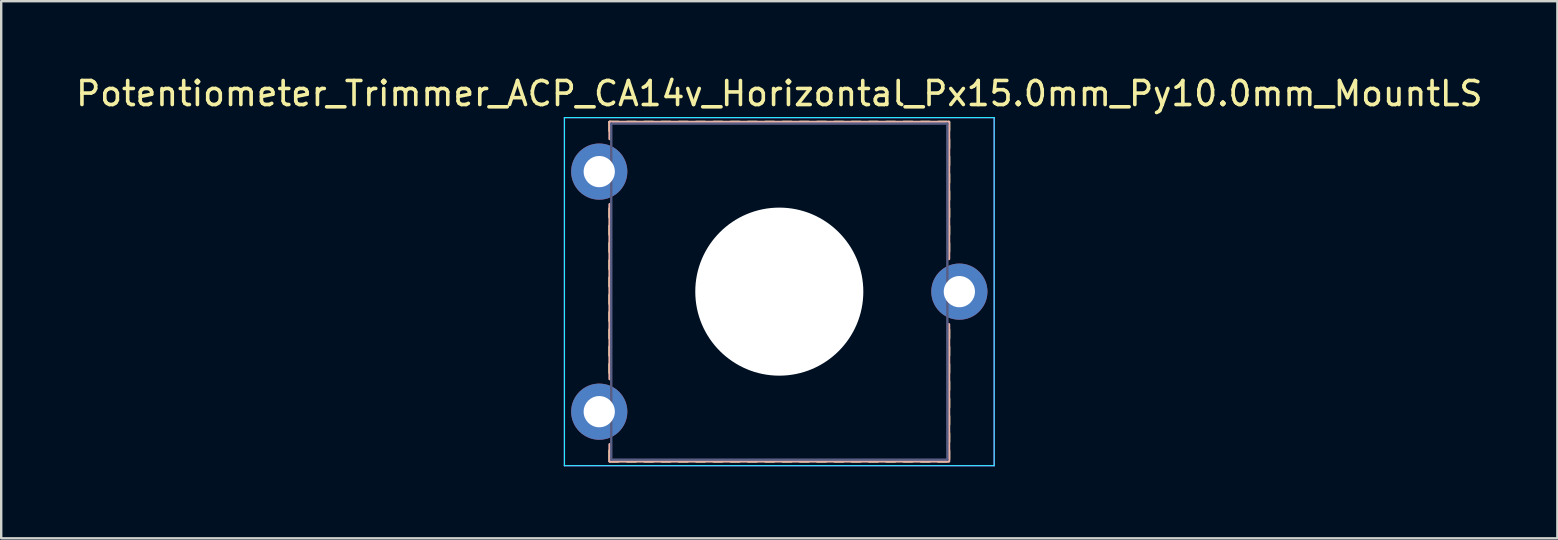
<source format=kicad_pcb>
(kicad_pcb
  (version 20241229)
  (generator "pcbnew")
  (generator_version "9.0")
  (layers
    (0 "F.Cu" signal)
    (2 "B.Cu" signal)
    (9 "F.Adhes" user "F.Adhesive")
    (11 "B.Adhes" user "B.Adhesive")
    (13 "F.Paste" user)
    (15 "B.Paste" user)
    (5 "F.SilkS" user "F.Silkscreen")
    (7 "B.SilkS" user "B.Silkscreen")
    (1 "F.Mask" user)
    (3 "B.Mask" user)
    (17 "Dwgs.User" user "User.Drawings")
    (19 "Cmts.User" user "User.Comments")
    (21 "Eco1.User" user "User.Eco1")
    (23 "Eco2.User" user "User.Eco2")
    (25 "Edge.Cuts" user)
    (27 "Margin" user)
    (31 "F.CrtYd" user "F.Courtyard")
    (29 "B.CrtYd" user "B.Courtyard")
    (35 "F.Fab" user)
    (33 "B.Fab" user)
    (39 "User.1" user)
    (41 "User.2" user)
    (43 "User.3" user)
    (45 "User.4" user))
  (footprint "Potentiometer_Trimmer_ACP_CA14v_Horizontal_Px15.0mm_Py10.0mm_MountLS"
    (layer "F.Cu")
    (at 21.911 14.098)
    (property "Reference" "Potentiometer_Trimmer_ACP_CA14v_Horizontal_Px15.0mm_Py10.0mm_MountLS" (at 7.5 -13.25 0) (layer "F.SilkS") (effects (font (size 1 1) (thickness 0.15))))
    (attr through_hole)
    (fp_line (start 0.44 -12.06) (end 0.44 -11.701) (stroke (width 0.12) (type solid)) (layer "F.SilkS"))
    (fp_line (start 0.44 -12.06) (end 0.8 -12.06) (stroke (width 0.12) (type solid)) (layer "F.SilkS"))
    (fp_line (start 0.44 -8.46) (end 0.44 -8.1) (stroke (width 0.12) (type solid)) (layer "F.SilkS"))
    (fp_line (start 0.44 -7.74) (end 0.44 -7.38) (stroke (width 0.12) (type solid)) (layer "F.SilkS"))
    (fp_line (start 0.44 -7.02) (end 0.44 -6.66) (stroke (width 0.12) (type solid)) (layer "F.SilkS"))
    (fp_line (start 0.44 -6.3) (end 0.44 -5.94) (stroke (width 0.12) (type solid)) (layer "F.SilkS"))
    (fp_line (start 0.44 -5.58) (end 0.44 -5.22) (stroke (width 0.12) (type solid)) (layer "F.SilkS"))
    (fp_line (start 0.44 -4.86) (end 0.44 -4.5) (stroke (width 0.12) (type solid)) (layer "F.SilkS"))
    (fp_line (start 0.44 -4.14) (end 0.44 -3.78) (stroke (width 0.12) (type solid)) (layer "F.SilkS"))
    (fp_line (start 0.44 -3.42) (end 0.44 -3.06) (stroke (width 0.12) (type solid)) (layer "F.SilkS"))
    (fp_line (start 0.44 -2.7) (end 0.44 -2.34) (stroke (width 0.12) (type solid)) (layer "F.SilkS"))
    (fp_line (start 0.44 -1.98) (end 0.44 -1.62) (stroke (width 0.12) (type solid)) (layer "F.SilkS"))
    (fp_line (start 0.44 1.62) (end 0.44 1.98) (stroke (width 0.12) (type solid)) (layer "F.SilkS"))
    (fp_line (start 0.44 2.06) (end 0.8 2.06) (stroke (width 0.12) (type solid)) (layer "F.SilkS"))
    (fp_line (start 1.16 -12.06) (end 1.52 -12.06) (stroke (width 0.12) (type solid)) (layer "F.SilkS"))
    (fp_line (start 1.16 2.06) (end 1.52 2.06) (stroke (width 0.12) (type solid)) (layer "F.SilkS"))
    (fp_line (start 1.88 -12.06) (end 2.24 -12.06) (stroke (width 0.12) (type solid)) (layer "F.SilkS"))
    (fp_line (start 1.88 2.06) (end 2.24 2.06) (stroke (width 0.12) (type solid)) (layer "F.SilkS"))
    (fp_line (start 2.6 -12.06) (end 2.96 -12.06) (stroke (width 0.12) (type solid)) (layer "F.SilkS"))
    (fp_line (start 2.6 2.06) (end 2.96 2.06) (stroke (width 0.12) (type solid)) (layer "F.SilkS"))
    (fp_line (start 3.32 -12.06) (end 3.68 -12.06) (stroke (width 0.12) (type solid)) (layer "F.SilkS"))
    (fp_line (start 3.32 2.06) (end 3.68 2.06) (stroke (width 0.12) (type solid)) (layer "F.SilkS"))
    (fp_line (start 4.04 -12.06) (end 4.4 -12.06) (stroke (width 0.12) (type solid)) (layer "F.SilkS"))
    (fp_line (start 4.04 2.06) (end 4.4 2.06) (stroke (width 0.12) (type solid)) (layer "F.SilkS"))
    (fp_line (start 4.76 -12.06) (end 5.12 -12.06) (stroke (width 0.12) (type solid)) (layer "F.SilkS"))
    (fp_line (start 4.76 2.06) (end 5.12 2.06) (stroke (width 0.12) (type solid)) (layer "F.SilkS"))
    (fp_line (start 5.48 -12.06) (end 5.84 -12.06) (stroke (width 0.12) (type solid)) (layer "F.SilkS"))
    (fp_line (start 5.48 2.06) (end 5.84 2.06) (stroke (width 0.12) (type solid)) (layer "F.SilkS"))
    (fp_line (start 6.2 -12.06) (end 6.56 -12.06) (stroke (width 0.12) (type solid)) (layer "F.SilkS"))
    (fp_line (start 6.2 2.06) (end 6.56 2.06) (stroke (width 0.12) (type solid)) (layer "F.SilkS"))
    (fp_line (start 6.92 -12.06) (end 7.28 -12.06) (stroke (width 0.12) (type solid)) (layer "F.SilkS"))
    (fp_line (start 6.92 2.06) (end 7.28 2.06) (stroke (width 0.12) (type solid)) (layer "F.SilkS"))
    (fp_line (start 7.64 -12.06) (end 8 -12.06) (stroke (width 0.12) (type solid)) (layer "F.SilkS"))
    (fp_line (start 7.64 2.06) (end 8 2.06) (stroke (width 0.12) (type solid)) (layer "F.SilkS"))
    (fp_line (start 8.36 -12.06) (end 8.72 -12.06) (stroke (width 0.12) (type solid)) (layer "F.SilkS"))
    (fp_line (start 8.36 2.06) (end 8.72 2.06) (stroke (width 0.12) (type solid)) (layer "F.SilkS"))
    (fp_line (start 9.08 -12.06) (end 9.44 -12.06) (stroke (width 0.12) (type solid)) (layer "F.SilkS"))
    (fp_line (start 9.08 2.06) (end 9.44 2.06) (stroke (width 0.12) (type solid)) (layer "F.SilkS"))
    (fp_line (start 9.8 -12.06) (end 10.16 -12.06) (stroke (width 0.12) (type solid)) (layer "F.SilkS"))
    (fp_line (start 9.8 2.06) (end 10.16 2.06) (stroke (width 0.12) (type solid)) (layer "F.SilkS"))
    (fp_line (start 10.52 -12.06) (end 10.88 -12.06) (stroke (width 0.12) (type solid)) (layer "F.SilkS"))
    (fp_line (start 10.52 2.06) (end 10.88 2.06) (stroke (width 0.12) (type solid)) (layer "F.SilkS"))
    (fp_line (start 11.24 -12.06) (end 11.6 -12.06) (stroke (width 0.12) (type solid)) (layer "F.SilkS"))
    (fp_line (start 11.24 2.06) (end 11.6 2.06) (stroke (width 0.12) (type solid)) (layer "F.SilkS"))
    (fp_line (start 11.96 -12.06) (end 12.32 -12.06) (stroke (width 0.12) (type solid)) (layer "F.SilkS"))
    (fp_line (start 11.96 2.06) (end 12.32 2.06) (stroke (width 0.12) (type solid)) (layer "F.SilkS"))
    (fp_line (start 12.681 -12.06) (end 13.04 -12.06) (stroke (width 0.12) (type solid)) (layer "F.SilkS"))
    (fp_line (start 12.681 2.06) (end 13.04 2.06) (stroke (width 0.12) (type solid)) (layer "F.SilkS"))
    (fp_line (start 13.401 -12.06) (end 13.761 -12.06) (stroke (width 0.12) (type solid)) (layer "F.SilkS"))
    (fp_line (start 13.401 2.06) (end 13.761 2.06) (stroke (width 0.12) (type solid)) (layer "F.SilkS"))
    (fp_line (start 14.121 -12.06) (end 14.481 -12.06) (stroke (width 0.12) (type solid)) (layer "F.SilkS"))
    (fp_line (start 14.121 2.06) (end 14.481 2.06) (stroke (width 0.12) (type solid)) (layer "F.SilkS"))
    (fp_line (start 14.56 -12.06) (end 14.56 -11.701) (stroke (width 0.12) (type solid)) (layer "F.SilkS"))
    (fp_line (start 14.56 -11.34) (end 14.56 -10.981) (stroke (width 0.12) (type solid)) (layer "F.SilkS"))
    (fp_line (start 14.56 -10.621) (end 14.56 -10.261) (stroke (width 0.12) (type solid)) (layer "F.SilkS"))
    (fp_line (start 14.56 -9.9) (end 14.56 -9.54) (stroke (width 0.12) (type solid)) (layer "F.SilkS"))
    (fp_line (start 14.56 -9.18) (end 14.56 -8.82) (stroke (width 0.12) (type solid)) (layer "F.SilkS"))
    (fp_line (start 14.56 -8.46) (end 14.56 -8.1) (stroke (width 0.12) (type solid)) (layer "F.SilkS"))
    (fp_line (start 14.56 -7.74) (end 14.56 -7.38) (stroke (width 0.12) (type solid)) (layer "F.SilkS"))
    (fp_line (start 14.56 -7.02) (end 14.56 -6.66) (stroke (width 0.12) (type solid)) (layer "F.SilkS"))
    (fp_line (start 14.56 -3.42) (end 14.56 -3.06) (stroke (width 0.12) (type solid)) (layer "F.SilkS"))
    (fp_line (start 14.56 -2.7) (end 14.56 -2.34) (stroke (width 0.12) (type solid)) (layer "F.SilkS"))
    (fp_line (start 14.56 -1.98) (end 14.56 -1.62) (stroke (width 0.12) (type solid)) (layer "F.SilkS"))
    (fp_line (start 14.56 -1.26) (end 14.56 -0.9) (stroke (width 0.12) (type solid)) (layer "F.SilkS"))
    (fp_line (start 14.56 -0.54) (end 14.56 -0.18) (stroke (width 0.12) (type solid)) (layer "F.SilkS"))
    (fp_line (start 14.56 0.18) (end 14.56 0.54) (stroke (width 0.12) (type solid)) (layer "F.SilkS"))
    (fp_line (start 14.56 0.9) (end 14.56 1.26) (stroke (width 0.12) (type solid)) (layer "F.SilkS"))
    (fp_line (start 14.56 1.62) (end 14.56 1.98) (stroke (width 0.12) (type solid)) (layer "F.SilkS"))
    (fp_line (start 0.44 -12.06) (end 0.44 -11.365) (stroke (width 0.12) (type solid)) (layer "B.SilkS"))
    (fp_line (start 0.44 -12.06) (end 14.56 -12.06) (stroke (width 0.12) (type solid)) (layer "B.SilkS"))
    (fp_line (start 0.44 -8.635) (end 0.44 -1.365) (stroke (width 0.12) (type solid)) (layer "B.SilkS"))
    (fp_line (start 0.44 1.365) (end 0.44 2.06) (stroke (width 0.12) (type solid)) (layer "B.SilkS"))
    (fp_line (start 0.44 2.06) (end 14.56 2.06) (stroke (width 0.12) (type solid)) (layer "B.SilkS"))
    (fp_line (start 14.56 -12.06) (end 14.56 -6.365) (stroke (width 0.12) (type solid)) (layer "B.SilkS"))
    (fp_line (start 14.56 -3.635) (end 14.56 2.06) (stroke (width 0.12) (type solid)) (layer "B.SilkS"))
    (fp_line (start -1.45 -12.25) (end -1.45 2.25) (stroke (width 0.05) (type solid)) (layer "B.CrtYd"))
    (fp_line (start -1.45 2.25) (end 16.45 2.25) (stroke (width 0.05) (type solid)) (layer "B.CrtYd"))
    (fp_line (start 16.45 -12.25) (end -1.45 -12.25) (stroke (width 0.05) (type solid)) (layer "B.CrtYd"))
    (fp_line (start 16.45 2.25) (end 16.45 -12.25) (stroke (width 0.05) (type solid)) (layer "B.CrtYd"))
    (fp_line (start -1.45 -12.25) (end -1.45 2.25) (stroke (width 0.05) (type solid)) (layer "F.CrtYd"))
    (fp_line (start -1.45 2.25) (end 16.45 2.25) (stroke (width 0.05) (type solid)) (layer "F.CrtYd"))
    (fp_line (start 16.45 -12.25) (end -1.45 -12.25) (stroke (width 0.05) (type solid)) (layer "F.CrtYd"))
    (fp_line (start 16.45 2.25) (end 16.45 -12.25) (stroke (width 0.05) (type solid)) (layer "F.CrtYd"))
    (fp_line (start 0.5 -12) (end 0.5 2) (stroke (width 0.1) (type solid)) (layer "B.Fab"))
    (fp_line (start 0.5 2) (end 14.5 2) (stroke (width 0.1) (type solid)) (layer "B.Fab"))
    (fp_line (start 14.5 -12) (end 0.5 -12) (stroke (width 0.1) (type solid)) (layer "B.Fab"))
    (fp_line (start 14.5 2) (end 14.5 -12) (stroke (width 0.1) (type solid)) (layer "B.Fab"))
    (fp_circle (center 7.5 -5) (end 10 -5) (stroke (width 0.1) (type solid)) (fill no) (layer "B.Fab"))
    (fp_circle (center 7.5 -5) (end 10.5 -5) (stroke (width 0.1) (type solid)) (fill no) (layer "B.Fab"))
    (pad "" np_thru_hole circle (at 7.5 -5) (size 7 7) (drill 7) (layers "*.Cu" "*.Mask"))
    (pad "1" thru_hole circle (at 0 0) (size 2.34 2.34) (drill 1.3) (layers "*.Cu" "*.Mask"))
    (pad "2" thru_hole circle (at 15 -5) (size 2.34 2.34) (drill 1.3) (layers "*.Cu" "*.Mask"))
    (pad "3" thru_hole circle (at 0 -10) (size 2.34 2.34) (drill 1.3) (layers "*.Cu" "*.Mask")))
  (gr_rect
    (start -3 -3)
    (end 61.821 19.373)
    (stroke (width 0.1) (type default))
    (fill no)
    (layer "Edge.Cuts")))
</source>
